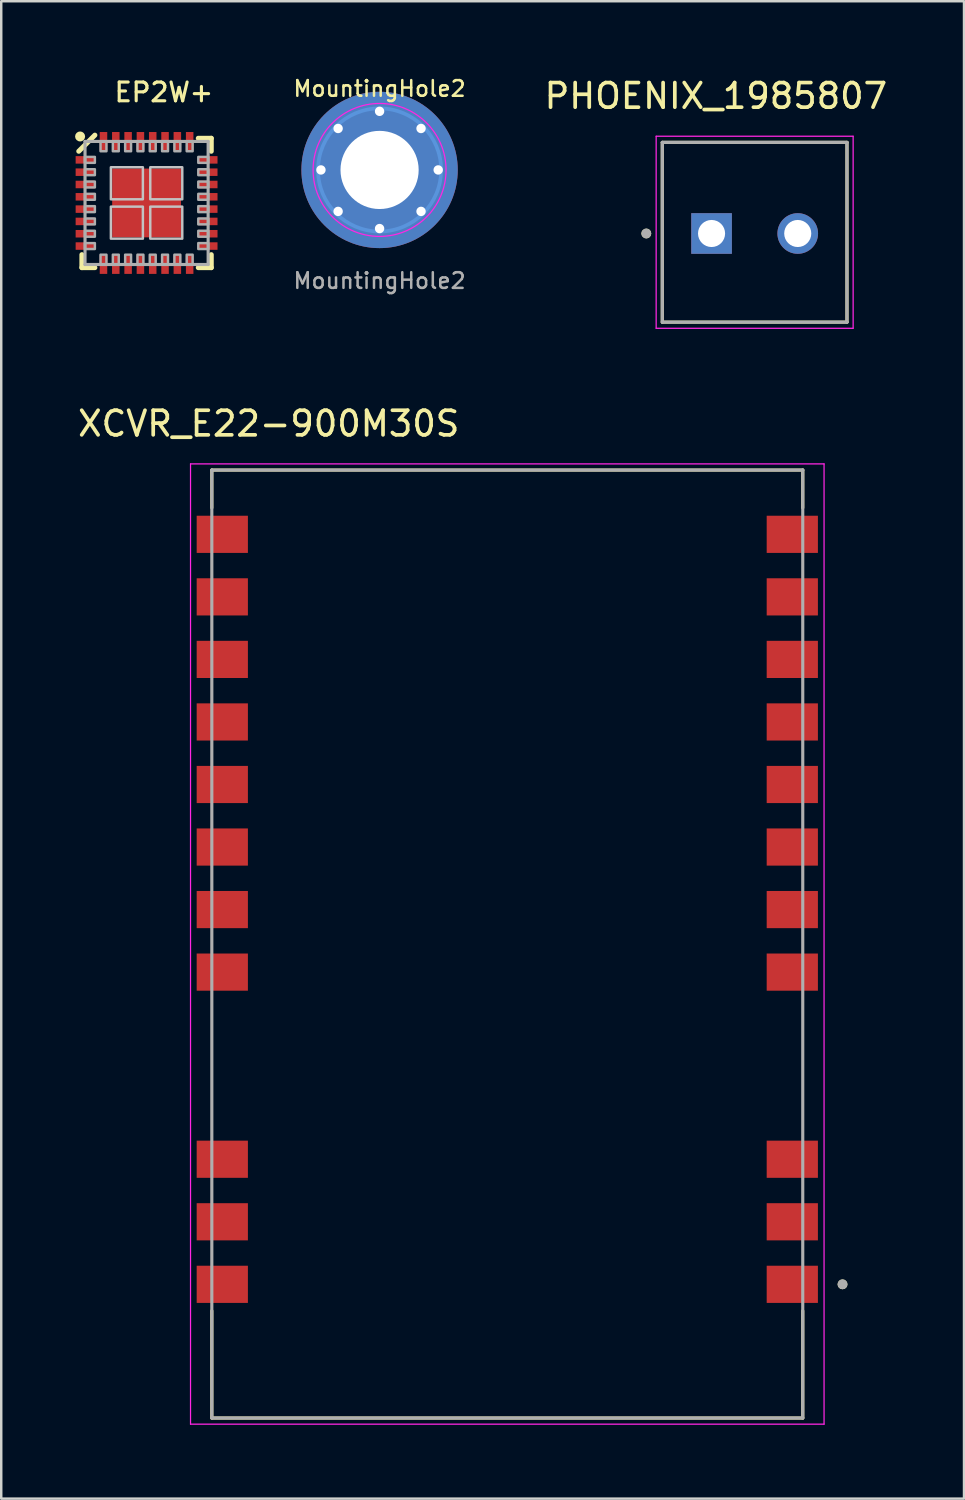
<source format=kicad_pcb>
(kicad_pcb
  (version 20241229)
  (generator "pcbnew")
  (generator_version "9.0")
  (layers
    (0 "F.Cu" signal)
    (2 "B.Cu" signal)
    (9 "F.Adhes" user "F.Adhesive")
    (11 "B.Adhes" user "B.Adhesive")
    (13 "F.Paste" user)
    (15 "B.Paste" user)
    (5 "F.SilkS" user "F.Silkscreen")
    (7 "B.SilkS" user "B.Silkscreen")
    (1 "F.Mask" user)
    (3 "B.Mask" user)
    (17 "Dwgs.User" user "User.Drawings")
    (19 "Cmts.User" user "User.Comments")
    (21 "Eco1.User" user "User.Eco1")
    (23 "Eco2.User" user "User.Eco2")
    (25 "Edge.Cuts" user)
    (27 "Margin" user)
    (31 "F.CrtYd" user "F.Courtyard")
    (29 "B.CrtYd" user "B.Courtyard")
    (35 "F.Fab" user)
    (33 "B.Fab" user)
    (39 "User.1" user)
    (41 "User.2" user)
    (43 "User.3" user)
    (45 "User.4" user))
  (footprint "XCVR_E22-900M30S"
    (layer "F.Cu")
    (at 17.553 35.291)
    (property "Reference" "XCVR_E22-900M30S" (at -9.69 -21.135 0) (layer "F.SilkS") (effects (font (size 1 1) (thickness 0.15))))
    (attr smd)
    (fp_line (start -12 -19.25) (end 12 -19.25) (stroke (width 0.127) (type solid)) (layer "F.SilkS"))
    (fp_line (start -12 -17.715) (end -12 -19.25) (stroke (width 0.127) (type solid)) (layer "F.SilkS"))
    (fp_line (start -12 19.25) (end -12 14.895) (stroke (width 0.127) (type solid)) (layer "F.SilkS"))
    (fp_line (start 12 -19.25) (end 12 -17.715) (stroke (width 0.127) (type solid)) (layer "F.SilkS"))
    (fp_line (start 12 19.25) (end -12 19.25) (stroke (width 0.127) (type solid)) (layer "F.SilkS"))
    (fp_line (start 12 19.25) (end 12 14.895) (stroke (width 0.127) (type solid)) (layer "F.SilkS"))
    (fp_circle (center 13.615 13.82) (end 13.715 13.82) (stroke (width 0.2) (type solid)) (fill no) (layer "F.SilkS"))
    (fp_line (start -12.865 -19.5) (end -12.865 19.5) (stroke (width 0.05) (type solid)) (layer "F.CrtYd"))
    (fp_line (start -12.865 19.5) (end 12.865 19.5) (stroke (width 0.05) (type solid)) (layer "F.CrtYd"))
    (fp_line (start 12.865 -19.5) (end -12.865 -19.5) (stroke (width 0.05) (type solid)) (layer "F.CrtYd"))
    (fp_line (start 12.865 19.5) (end 12.865 -19.5) (stroke (width 0.05) (type solid)) (layer "F.CrtYd"))
    (fp_line (start -12 -19.25) (end 12 -19.25) (stroke (width 0.127) (type solid)) (layer "F.Fab"))
    (fp_line (start -12 19.25) (end -12 -19.25) (stroke (width 0.127) (type solid)) (layer "F.Fab"))
    (fp_line (start 12 -19.25) (end 12 19.25) (stroke (width 0.127) (type solid)) (layer "F.Fab"))
    (fp_line (start 12 19.25) (end -12 19.25) (stroke (width 0.127) (type solid)) (layer "F.Fab"))
    (fp_circle (center 13.615 13.82) (end 13.715 13.82) (stroke (width 0.2) (type solid)) (fill no) (layer "F.Fab"))
    (pad "1" smd rect (at 11.575 13.82) (size 2.08 1.51) (layers "F.Cu" "F.Mask" "F.Paste"))
    (pad "2" smd rect (at 11.575 11.28) (size 2.08 1.51) (layers "F.Cu" "F.Mask" "F.Paste"))
    (pad "3" smd rect (at 11.575 8.74) (size 2.08 1.51) (layers "F.Cu" "F.Mask" "F.Paste"))
    (pad "4" smd rect (at 11.575 1.14) (size 2.08 1.51) (layers "F.Cu" "F.Mask" "F.Paste"))
    (pad "5" smd rect (at 11.575 -1.4) (size 2.08 1.51) (layers "F.Cu" "F.Mask" "F.Paste"))
    (pad "6" smd rect (at 11.575 -3.94) (size 2.08 1.51) (layers "F.Cu" "F.Mask" "F.Paste"))
    (pad "7" smd rect (at 11.575 -6.48) (size 2.08 1.51) (layers "F.Cu" "F.Mask" "F.Paste"))
    (pad "8" smd rect (at 11.575 -9.02) (size 2.08 1.51) (layers "F.Cu" "F.Mask" "F.Paste"))
    (pad "9" smd rect (at 11.575 -11.56) (size 2.08 1.51) (layers "F.Cu" "F.Mask" "F.Paste"))
    (pad "10" smd rect (at 11.575 -14.1) (size 2.08 1.51) (layers "F.Cu" "F.Mask" "F.Paste"))
    (pad "11" smd rect (at 11.575 -16.64) (size 2.08 1.51) (layers "F.Cu" "F.Mask" "F.Paste"))
    (pad "12" smd rect (at -11.575 -16.64) (size 2.08 1.51) (layers "F.Cu" "F.Mask" "F.Paste"))
    (pad "13" smd rect (at -11.575 -14.1) (size 2.08 1.51) (layers "F.Cu" "F.Mask" "F.Paste"))
    (pad "14" smd rect (at -11.575 -11.56) (size 2.08 1.51) (layers "F.Cu" "F.Mask" "F.Paste"))
    (pad "15" smd rect (at -11.575 -9.02) (size 2.08 1.51) (layers "F.Cu" "F.Mask" "F.Paste"))
    (pad "16" smd rect (at -11.575 -6.48) (size 2.08 1.51) (layers "F.Cu" "F.Mask" "F.Paste"))
    (pad "17" smd rect (at -11.575 -3.94) (size 2.08 1.51) (layers "F.Cu" "F.Mask" "F.Paste"))
    (pad "18" smd rect (at -11.575 -1.4) (size 2.08 1.51) (layers "F.Cu" "F.Mask" "F.Paste"))
    (pad "19" smd rect (at -11.575 1.14) (size 2.08 1.51) (layers "F.Cu" "F.Mask" "F.Paste"))
    (pad "20" smd rect (at -11.575 8.74) (size 2.08 1.51) (layers "F.Cu" "F.Mask" "F.Paste"))
    (pad "21" smd rect (at -11.575 11.28) (size 2.08 1.51) (layers "F.Cu" "F.Mask" "F.Paste"))
    (pad "22" smd rect (at -11.575 13.82) (size 2.08 1.51) (layers "F.Cu" "F.Mask" "F.Paste")))
  (footprint "PHOENIX_1985807"
    (layer "F.Cu")
    (at 23.849 10.033)
    (property "Reference" "PHOENIX_1985807" (at 2.175 -9.185 180) (layer "F.SilkS") (effects (font (size 1 1) (thickness 0.15))))
    (attr through_hole)
    (fp_line (start 0 0) (end 0 -7.3) (stroke (width 0.127) (type solid)) (layer "F.SilkS"))
    (fp_line (start 7.5 -7.3) (end 0 -7.3) (stroke (width 0.127) (type solid)) (layer "F.SilkS"))
    (fp_line (start 7.5 -7.3) (end 7.5 0) (stroke (width 0.127) (type solid)) (layer "F.SilkS"))
    (fp_line (start 7.5 0) (end 0 0) (stroke (width 0.127) (type solid)) (layer "F.SilkS"))
    (fp_circle (center -0.65 -3.6) (end -0.55 -3.6) (stroke (width 0.2) (type solid)) (fill no) (layer "F.SilkS"))
    (fp_line (start -0.25 -7.55) (end 7.75 -7.55) (stroke (width 0.05) (type solid)) (layer "F.CrtYd"))
    (fp_line (start -0.25 0.25) (end -0.25 -7.55) (stroke (width 0.05) (type solid)) (layer "F.CrtYd"))
    (fp_line (start 7.75 -7.55) (end 7.75 0.25) (stroke (width 0.05) (type solid)) (layer "F.CrtYd"))
    (fp_line (start 7.75 0.25) (end -0.25 0.25) (stroke (width 0.05) (type solid)) (layer "F.CrtYd"))
    (fp_line (start 0 -7.3) (end 7.5 -7.3) (stroke (width 0.127) (type solid)) (layer "F.Fab"))
    (fp_line (start 0 0) (end 0 -7.3) (stroke (width 0.127) (type solid)) (layer "F.Fab"))
    (fp_line (start 7.5 -7.3) (end 7.5 0) (stroke (width 0.127) (type solid)) (layer "F.Fab"))
    (fp_line (start 7.5 0) (end 0 0) (stroke (width 0.127) (type solid)) (layer "F.Fab"))
    (fp_circle (center -0.65 -3.6) (end -0.55 -3.6) (stroke (width 0.2) (type solid)) (fill no) (layer "F.Fab"))
    (pad "1" thru_hole rect (at 2 -3.6) (size 1.65 1.65) (drill 1.1) (layers "*.Cu" "*.Mask"))
    (pad "2" thru_hole circle (at 5.5 -3.6) (size 1.65 1.65) (drill 1.1) (layers "*.Cu" "*.Mask")))
  (footprint "EP2W+"
    (layer "F.Cu")
    (at 2.903 5.193)
    (property "Reference" "EP2W+" (at -1.376 -4.05 0) (layer "F.SilkS") (effects (font (size 0.762 0.762) (thickness 0.127)) (justify left bottom)))
    (attr through_hole)
    (fp_line (start -2.754 -2.1) (end -2.1 -2.754) (stroke (width 0.203) (type solid)) (layer "F.SilkS"))
    (fp_line (start -2.627 2.1) (end -2.627 2.627) (stroke (width 0.203) (type solid)) (layer "F.SilkS"))
    (fp_line (start -2.627 2.627) (end -2.1 2.627) (stroke (width 0.203) (type solid)) (layer "F.SilkS"))
    (fp_line (start 2.1 2.627) (end 2.627 2.627) (stroke (width 0.203) (type solid)) (layer "F.SilkS"))
    (fp_line (start 2.627 -2.627) (end 2.1 -2.627) (stroke (width 0.203) (type solid)) (layer "F.SilkS"))
    (fp_line (start 2.627 -2.1) (end 2.627 -2.627) (stroke (width 0.203) (type solid)) (layer "F.SilkS"))
    (fp_line (start 2.627 2.627) (end 2.627 2.1) (stroke (width 0.203) (type solid)) (layer "F.SilkS"))
    (fp_circle (center -2.7 -2.7) (end -2.598 -2.7) (stroke (width 0.203) (type solid)) (fill no) (layer "F.SilkS"))
    (fp_poly (pts (xy -1.45 -0.15) (xy -0.15 -0.15) (xy -0.15 -1.45) (xy -1.45 -1.45)) (stroke (width 0.1) (type solid)) (fill no) (layer "Dwgs.User"))
    (fp_poly (pts (xy -0.15 1.45) (xy -0.15 0.15) (xy -1.45 0.15) (xy -1.45 1.45)) (stroke (width 0.1) (type solid)) (fill no) (layer "Dwgs.User"))
    (fp_poly (pts (xy 0.15 -1.45) (xy 0.15 -0.15) (xy 1.45 -0.15) (xy 1.45 -1.45)) (stroke (width 0.1) (type solid)) (fill no) (layer "Dwgs.User"))
    (fp_poly (pts (xy 1.45 0.15) (xy 0.15 0.15) (xy 0.15 1.45) (xy 1.45 1.45)) (stroke (width 0.1) (type solid)) (fill no) (layer "Dwgs.User"))
    (fp_line (start -2.5 -2.5) (end 2.5 -2.5) (stroke (width 0.127) (type solid)) (layer "F.Fab"))
    (fp_line (start -2.5 2.5) (end -2.5 -2.5) (stroke (width 0.127) (type solid)) (layer "F.Fab"))
    (fp_line (start 2.5 -2.5) (end 2.5 2.5) (stroke (width 0.127) (type solid)) (layer "F.Fab"))
    (fp_line (start 2.5 2.5) (end -2.5 2.5) (stroke (width 0.127) (type solid)) (layer "F.Fab"))
    (fp_poly (pts (xy -2.5 -1.63) (xy -2.1 -1.63) (xy -2.1 -1.87) (xy -2.5 -1.87)) (stroke (width 0.1) (type solid)) (fill no) (layer "F.Fab"))
    (fp_poly (pts (xy -2.5 -1.13) (xy -2.1 -1.13) (xy -2.1 -1.37) (xy -2.5 -1.37)) (stroke (width 0.1) (type solid)) (fill no) (layer "F.Fab"))
    (fp_poly (pts (xy -2.5 -0.63) (xy -2.1 -0.63) (xy -2.1 -0.87) (xy -2.5 -0.87)) (stroke (width 0.1) (type solid)) (fill no) (layer "F.Fab"))
    (fp_poly (pts (xy -2.5 -0.13) (xy -2.1 -0.13) (xy -2.1 -0.37) (xy -2.5 -0.37)) (stroke (width 0.1) (type solid)) (fill no) (layer "F.Fab"))
    (fp_poly (pts (xy -2.5 0.37) (xy -2.1 0.37) (xy -2.1 0.13) (xy -2.5 0.13)) (stroke (width 0.1) (type solid)) (fill no) (layer "F.Fab"))
    (fp_poly (pts (xy -2.5 0.87) (xy -2.1 0.87) (xy -2.1 0.63) (xy -2.5 0.63)) (stroke (width 0.1) (type solid)) (fill no) (layer "F.Fab"))
    (fp_poly (pts (xy -2.5 1.37) (xy -2.1 1.37) (xy -2.1 1.13) (xy -2.5 1.13)) (stroke (width 0.1) (type solid)) (fill no) (layer "F.Fab"))
    (fp_poly (pts (xy -2.5 1.87) (xy -2.1 1.87) (xy -2.1 1.63) (xy -2.5 1.63)) (stroke (width 0.1) (type solid)) (fill no) (layer "F.Fab"))
    (fp_poly (pts (xy -1.87 -2.5) (xy -1.87 -2.1) (xy -1.63 -2.1) (xy -1.63 -2.5)) (stroke (width 0.1) (type solid)) (fill no) (layer "F.Fab"))
    (fp_poly (pts (xy -1.63 2.5) (xy -1.63 2.1) (xy -1.87 2.1) (xy -1.87 2.5)) (stroke (width 0.1) (type solid)) (fill no) (layer "F.Fab"))
    (fp_poly (pts (xy -1.37 -2.5) (xy -1.37 -2.1) (xy -1.13 -2.1) (xy -1.13 -2.5)) (stroke (width 0.1) (type solid)) (fill no) (layer "F.Fab"))
    (fp_poly (pts (xy -1.13 2.5) (xy -1.13 2.1) (xy -1.37 2.1) (xy -1.37 2.5)) (stroke (width 0.1) (type solid)) (fill no) (layer "F.Fab"))
    (fp_poly (pts (xy -0.87 -2.5) (xy -0.87 -2.1) (xy -0.63 -2.1) (xy -0.63 -2.5)) (stroke (width 0.1) (type solid)) (fill no) (layer "F.Fab"))
    (fp_poly (pts (xy -0.63 2.5) (xy -0.63 2.1) (xy -0.87 2.1) (xy -0.87 2.5)) (stroke (width 0.1) (type solid)) (fill no) (layer "F.Fab"))
    (fp_poly (pts (xy -0.37 -2.5) (xy -0.37 -2.1) (xy -0.13 -2.1) (xy -0.13 -2.5)) (stroke (width 0.1) (type solid)) (fill no) (layer "F.Fab"))
    (fp_poly (pts (xy -0.13 2.5) (xy -0.13 2.1) (xy -0.37 2.1) (xy -0.37 2.5)) (stroke (width 0.1) (type solid)) (fill no) (layer "F.Fab"))
    (fp_poly (pts (xy 0.13 -2.5) (xy 0.13 -2.1) (xy 0.37 -2.1) (xy 0.37 -2.5)) (stroke (width 0.1) (type solid)) (fill no) (layer "F.Fab"))
    (fp_poly (pts (xy 0.37 2.5) (xy 0.37 2.1) (xy 0.13 2.1) (xy 0.13 2.5)) (stroke (width 0.1) (type solid)) (fill no) (layer "F.Fab"))
    (fp_poly (pts (xy 0.63 -2.5) (xy 0.63 -2.1) (xy 0.87 -2.1) (xy 0.87 -2.5)) (stroke (width 0.1) (type solid)) (fill no) (layer "F.Fab"))
    (fp_poly (pts (xy 0.87 2.5) (xy 0.87 2.1) (xy 0.63 2.1) (xy 0.63 2.5)) (stroke (width 0.1) (type solid)) (fill no) (layer "F.Fab"))
    (fp_poly (pts (xy 1.13 -2.5) (xy 1.13 -2.1) (xy 1.37 -2.1) (xy 1.37 -2.5)) (stroke (width 0.1) (type solid)) (fill no) (layer "F.Fab"))
    (fp_poly (pts (xy 1.37 2.5) (xy 1.37 2.1) (xy 1.13 2.1) (xy 1.13 2.5)) (stroke (width 0.1) (type solid)) (fill no) (layer "F.Fab"))
    (fp_poly (pts (xy 1.63 -2.5) (xy 1.63 -2.1) (xy 1.87 -2.1) (xy 1.87 -2.5)) (stroke (width 0.1) (type solid)) (fill no) (layer "F.Fab"))
    (fp_poly (pts (xy 1.87 2.5) (xy 1.87 2.1) (xy 1.63 2.1) (xy 1.63 2.5)) (stroke (width 0.1) (type solid)) (fill no) (layer "F.Fab"))
    (fp_poly (pts (xy 2.5 -1.87) (xy 2.1 -1.87) (xy 2.1 -1.63) (xy 2.5 -1.63)) (stroke (width 0.1) (type solid)) (fill no) (layer "F.Fab"))
    (fp_poly (pts (xy 2.5 -1.37) (xy 2.1 -1.37) (xy 2.1 -1.13) (xy 2.5 -1.13)) (stroke (width 0.1) (type solid)) (fill no) (layer "F.Fab"))
    (fp_poly (pts (xy 2.5 -0.87) (xy 2.1 -0.87) (xy 2.1 -0.63) (xy 2.5 -0.63)) (stroke (width 0.1) (type solid)) (fill no) (layer "F.Fab"))
    (fp_poly (pts (xy 2.5 -0.37) (xy 2.1 -0.37) (xy 2.1 -0.13) (xy 2.5 -0.13)) (stroke (width 0.1) (type solid)) (fill no) (layer "F.Fab"))
    (fp_poly (pts (xy 2.5 0.13) (xy 2.1 0.13) (xy 2.1 0.37) (xy 2.5 0.37)) (stroke (width 0.1) (type solid)) (fill no) (layer "F.Fab"))
    (fp_poly (pts (xy 2.5 0.63) (xy 2.1 0.63) (xy 2.1 0.87) (xy 2.5 0.87)) (stroke (width 0.1) (type solid)) (fill no) (layer "F.Fab"))
    (fp_poly (pts (xy 2.5 1.13) (xy 2.1 1.13) (xy 2.1 1.37) (xy 2.5 1.37)) (stroke (width 0.1) (type solid)) (fill no) (layer "F.Fab"))
    (fp_poly (pts (xy 2.5 1.63) (xy 2.1 1.63) (xy 2.1 1.87) (xy 2.5 1.87)) (stroke (width 0.1) (type solid)) (fill no) (layer "F.Fab"))
    (pad "1" smd rect (at -2.5 -1.75) (size 0.762 0.305) (layers "F.Cu" "F.Mask" "F.Paste"))
    (pad "2" smd rect (at -2.5 -1.25) (size 0.762 0.305) (layers "F.Cu" "F.Mask" "F.Paste"))
    (pad "3" smd rect (at -2.5 -0.75) (size 0.762 0.305) (layers "F.Cu" "F.Mask" "F.Paste"))
    (pad "4" smd rect (at -2.5 -0.25) (size 0.762 0.305) (layers "F.Cu" "F.Mask" "F.Paste"))
    (pad "5" smd rect (at -2.5 0.25) (size 0.762 0.305) (layers "F.Cu" "F.Mask" "F.Paste"))
    (pad "6" smd rect (at -2.5 0.75) (size 0.762 0.305) (layers "F.Cu" "F.Mask" "F.Paste"))
    (pad "7" smd rect (at -2.5 1.25) (size 0.762 0.305) (layers "F.Cu" "F.Mask" "F.Paste"))
    (pad "8" smd rect (at -2.5 1.75) (size 0.762 0.305) (layers "F.Cu" "F.Mask" "F.Paste"))
    (pad "9" smd rect (at -1.75 2.5 90) (size 0.762 0.305) (layers "F.Cu" "F.Mask" "F.Paste"))
    (pad "10" smd rect (at -1.25 2.5 90) (size 0.762 0.305) (layers "F.Cu" "F.Mask" "F.Paste"))
    (pad "11" smd rect (at -0.75 2.5 90) (size 0.762 0.305) (layers "F.Cu" "F.Mask" "F.Paste"))
    (pad "12" smd rect (at -0.25 2.5 90) (size 0.762 0.305) (layers "F.Cu" "F.Mask" "F.Paste"))
    (pad "13" smd rect (at 0.25 2.5 90) (size 0.762 0.305) (layers "F.Cu" "F.Mask" "F.Paste"))
    (pad "14" smd rect (at 0.75 2.5 90) (size 0.762 0.305) (layers "F.Cu" "F.Mask" "F.Paste"))
    (pad "15" smd rect (at 1.25 2.5 90) (size 0.762 0.305) (layers "F.Cu" "F.Mask" "F.Paste"))
    (pad "16" smd rect (at 1.75 2.5 90) (size 0.762 0.305) (layers "F.Cu" "F.Mask" "F.Paste"))
    (pad "17" smd rect (at 2.5 1.75 180) (size 0.762 0.305) (layers "F.Cu" "F.Mask" "F.Paste"))
    (pad "18" smd rect (at 2.5 1.25 180) (size 0.762 0.305) (layers "F.Cu" "F.Mask" "F.Paste"))
    (pad "19" smd rect (at 2.5 0.75 180) (size 0.762 0.305) (layers "F.Cu" "F.Mask" "F.Paste"))
    (pad "20" smd rect (at 2.5 0.25 180) (size 0.762 0.305) (layers "F.Cu" "F.Mask" "F.Paste"))
    (pad "21" smd rect (at 2.5 -0.25 180) (size 0.762 0.305) (layers "F.Cu" "F.Mask" "F.Paste"))
    (pad "22" smd rect (at 2.5 -0.75 180) (size 0.762 0.305) (layers "F.Cu" "F.Mask" "F.Paste"))
    (pad "23" smd rect (at 2.5 -1.25 180) (size 0.762 0.305) (layers "F.Cu" "F.Mask" "F.Paste"))
    (pad "24" smd rect (at 2.5 -1.75 180) (size 0.762 0.305) (layers "F.Cu" "F.Mask" "F.Paste"))
    (pad "25" smd rect (at 1.75 -2.5 270) (size 0.762 0.305) (layers "F.Cu" "F.Mask" "F.Paste"))
    (pad "26" smd rect (at 1.25 -2.5 270) (size 0.762 0.305) (layers "F.Cu" "F.Mask" "F.Paste"))
    (pad "27" smd rect (at 0.75 -2.5 270) (size 0.762 0.305) (layers "F.Cu" "F.Mask" "F.Paste"))
    (pad "28" smd rect (at 0.25 -2.5 270) (size 0.762 0.305) (layers "F.Cu" "F.Mask" "F.Paste"))
    (pad "29" smd rect (at -0.25 -2.5 270) (size 0.762 0.305) (layers "F.Cu" "F.Mask" "F.Paste"))
    (pad "30" smd rect (at -0.75 -2.5 270) (size 0.762 0.305) (layers "F.Cu" "F.Mask" "F.Paste"))
    (pad "31" smd rect (at -1.25 -2.5 270) (size 0.762 0.305) (layers "F.Cu" "F.Mask" "F.Paste"))
    (pad "32" smd rect (at -1.75 -2.5 270) (size 0.762 0.305) (layers "F.Cu" "F.Mask" "F.Paste"))
    (pad "EP" smd rect (at 0 0) (size 2.794 2.794) (layers "F.Cu" "F.Mask")))
  (footprint "MountingHole2"
    (layer "F.Cu")
    (at 12.366 3.852)
    (property "Reference" "MountingHole2" (at 0 -3.302 0) (layer "F.SilkS") (effects (font (size 0.635 0.635) (thickness 0.102))))
    (attr exclude_from_pos_files exclude_from_bom)
    (fp_circle (center 0 0) (end 2.5 0) (stroke (width 0.15) (type solid)) (fill no) (layer "Cmts.User"))
    (fp_circle (center 0 0) (end 2.7 0) (stroke (width 0.05) (type solid)) (fill no) (layer "F.CrtYd"))
    (fp_text user "${REFERENCE}" (at 0 4.5 0) (layer "F.Fab") (effects (font (size 0.635 0.635) (thickness 0.102))))
    (pad "1" thru_hole circle (at -2.381 0 180) (size 0.762 0.762) (drill 0.381) (layers "*.Cu" "*.Mask"))
    (pad "1" thru_hole circle (at -1.684 -1.684 315) (size 0.762 0.762) (drill 0.381) (layers "*.Cu" "*.Mask"))
    (pad "1" thru_hole circle (at -1.684 1.684 315) (size 0.762 0.762) (drill 0.381) (layers "*.Cu" "*.Mask"))
    (pad "1" thru_hole circle (at 0 -2.381 180) (size 0.762 0.762) (drill 0.381) (layers "*.Cu" "*.Mask"))
    (pad "1" thru_hole circle (at 0 0) (size 6.35 6.35) (drill 3.175) (layers "*.Cu" "*.Mask"))
    (pad "1" thru_hole circle (at 0 2.381 180) (size 0.762 0.762) (drill 0.381) (layers "*.Cu" "*.Mask"))
    (pad "1" thru_hole circle (at 1.684 -1.684 315) (size 0.762 0.762) (drill 0.381) (layers "*.Cu" "*.Mask"))
    (pad "1" thru_hole circle (at 1.684 1.684 315) (size 0.762 0.762) (drill 0.381) (layers "*.Cu" "*.Mask"))
    (pad "1" thru_hole circle (at 2.381 0 180) (size 0.762 0.762) (drill 0.381) (layers "*.Cu" "*.Mask")))
  (gr_rect
    (start -3 -3)
    (end 36.102 57.816)
    (stroke (width 0.1) (type default))
    (fill no)
    (layer "Edge.Cuts")))
</source>
